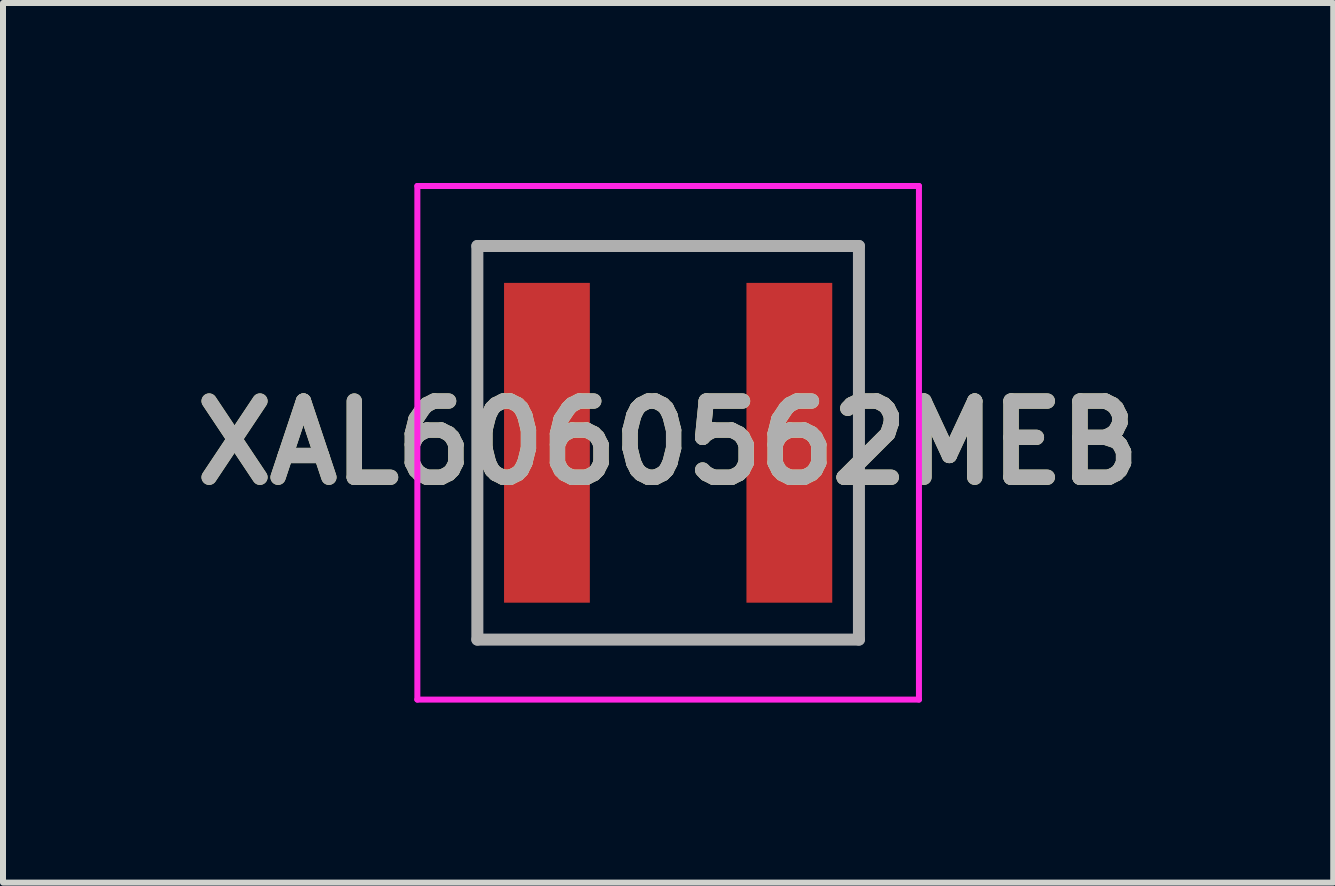
<source format=kicad_pcb>
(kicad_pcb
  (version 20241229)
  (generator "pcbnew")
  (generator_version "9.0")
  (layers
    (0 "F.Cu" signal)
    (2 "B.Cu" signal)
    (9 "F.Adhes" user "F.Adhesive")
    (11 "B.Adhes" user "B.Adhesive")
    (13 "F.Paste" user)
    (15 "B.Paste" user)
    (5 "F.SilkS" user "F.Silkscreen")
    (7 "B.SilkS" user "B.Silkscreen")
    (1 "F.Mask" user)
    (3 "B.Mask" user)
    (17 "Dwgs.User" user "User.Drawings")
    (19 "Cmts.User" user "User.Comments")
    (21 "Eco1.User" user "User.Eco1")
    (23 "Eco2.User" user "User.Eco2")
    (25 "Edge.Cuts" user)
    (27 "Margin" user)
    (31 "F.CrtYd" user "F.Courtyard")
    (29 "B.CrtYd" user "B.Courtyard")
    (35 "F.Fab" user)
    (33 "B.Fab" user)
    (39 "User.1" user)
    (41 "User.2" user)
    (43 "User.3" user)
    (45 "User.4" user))
  (footprint "XAL6060562MEB"
    (layer "F.Cu")
    (at 8.086 4.33)
    (property "Reference" "XAL6060562MEB" (at 0 0 0) (layer "F.SilkS") (effects (font (size 1.27 1.27) (thickness 0.254))))
    (attr smd)
    (fp_line (start -3.18 -3.28) (end 3.18 -3.28) (stroke (width 0.1) (type solid)) (layer "F.SilkS"))
    (fp_line (start -3.18 3.28) (end -3.18 -3.28) (stroke (width 0.1) (type solid)) (layer "F.SilkS"))
    (fp_line (start 3.18 -3.28) (end 3.18 3.28) (stroke (width 0.1) (type solid)) (layer "F.SilkS"))
    (fp_line (start 3.18 3.28) (end -3.18 3.28) (stroke (width 0.1) (type solid)) (layer "F.SilkS"))
    (fp_line (start -4.18 -4.28) (end 4.18 -4.28) (stroke (width 0.1) (type solid)) (layer "F.CrtYd"))
    (fp_line (start -4.18 4.28) (end -4.18 -4.28) (stroke (width 0.1) (type solid)) (layer "F.CrtYd"))
    (fp_line (start 4.18 -4.28) (end 4.18 4.28) (stroke (width 0.1) (type solid)) (layer "F.CrtYd"))
    (fp_line (start 4.18 4.28) (end -4.18 4.28) (stroke (width 0.1) (type solid)) (layer "F.CrtYd"))
    (fp_line (start -3.18 -3.28) (end 3.18 -3.28) (stroke (width 0.2) (type solid)) (layer "F.Fab"))
    (fp_line (start -3.18 3.28) (end -3.18 -3.28) (stroke (width 0.2) (type solid)) (layer "F.Fab"))
    (fp_line (start 3.18 -3.28) (end 3.18 3.28) (stroke (width 0.2) (type solid)) (layer "F.Fab"))
    (fp_line (start 3.18 3.28) (end -3.18 3.28) (stroke (width 0.2) (type solid)) (layer "F.Fab"))
    (fp_text user "${REFERENCE}" (at 0 0 0) (layer "F.Fab") (effects (font (size 1.27 1.27) (thickness 0.254))))
    (pad "1" smd rect (at -2.02 0) (size 1.43 5.33) (layers "F.Cu" "F.Mask" "F.Paste"))
    (pad "2" smd rect (at 2.02 0) (size 1.43 5.33) (layers "F.Cu" "F.Mask" "F.Paste")))
  (gr_rect
    (start -3 -3)
    (end 19.171 11.66)
    (stroke (width 0.1) (type default))
    (fill no)
    (layer "Edge.Cuts")))
</source>
